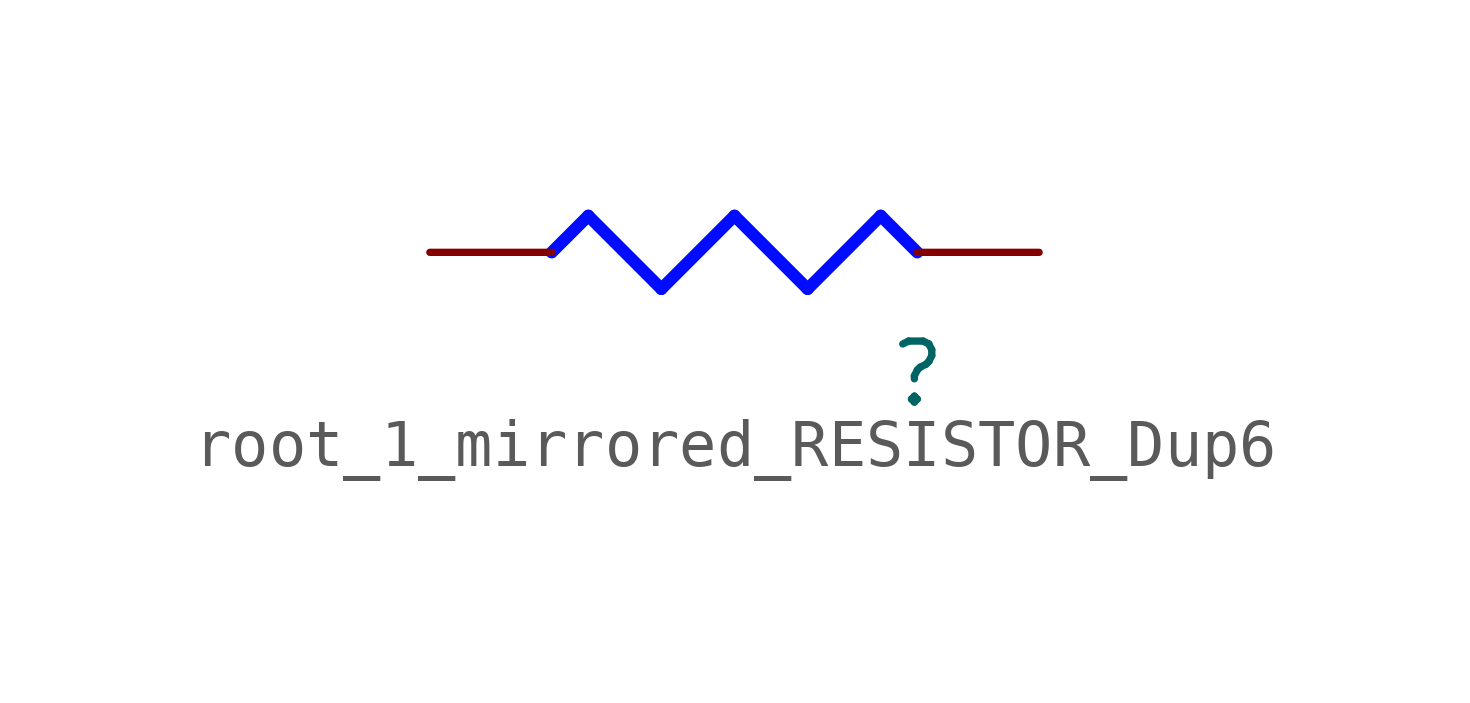
<source format=kicad_sym>
(kicad_symbol_lib
  (version 20231120)
  (generator "kicad_symbol_editor")
  (generator_version "8.0")
  (symbol "root_1_mirrored_RESISTOR_Dup6"
    (property "Reference" ""
      (at 0 0 0)
      (effects (font (size 1.27 1.27))))
    (property "Value" ""
      (at 0 0 0)
      (effects (font (size 1.27 1.27))))
    (symbol "root_1_mirrored_RESISTOR_Dup6_1_0"
      (polyline (pts (xy -6.858 3.302) (xy -7.62 2.54)) (stroke (width 0.254) (type solid) (color 0 11 255 1)) (fill (type none)))
      (polyline (pts (xy -5.334 1.778) (xy -6.858 3.302)) (stroke (width 0.254) (type solid) (color 0 11 255 1)) (fill (type none)))
      (polyline (pts (xy -3.81 3.302) (xy -5.334 1.778)) (stroke (width 0.254) (type solid) (color 0 11 255 1)) (fill (type none)))
      (polyline (pts (xy -2.286 1.778) (xy -3.81 3.302)) (stroke (width 0.254) (type solid) (color 0 11 255 1)) (fill (type none)))
      (polyline (pts (xy -0.762 3.302) (xy -2.286 1.778)) (stroke (width 0.254) (type solid) (color 0 11 255 1)) (fill (type none)))
      (polyline (pts (xy 0 2.54) (xy -0.762 3.302)) (stroke (width 0.254) (type solid) (color 0 11 255 1)) (fill (type none)))
      (pin passive line (at 2.54 2.54 180) (length 2.54) (name "1" (effects (font (size 0 0)))) (number "1" (effects (font (size 0 0)))))
      (pin passive line (at -10.16 2.54 0) (length 2.54) (name "2" (effects (font (size 0 0)))) (number "2" (effects (font (size 0 0))))))))
</source>
